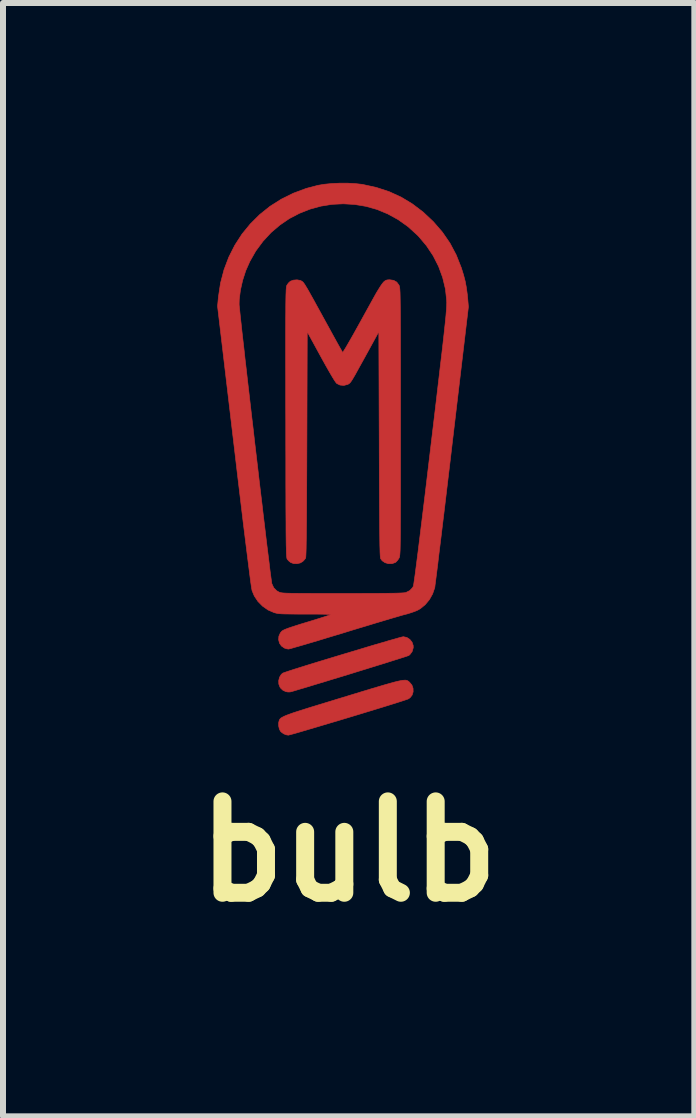
<source format=kicad_pcb>
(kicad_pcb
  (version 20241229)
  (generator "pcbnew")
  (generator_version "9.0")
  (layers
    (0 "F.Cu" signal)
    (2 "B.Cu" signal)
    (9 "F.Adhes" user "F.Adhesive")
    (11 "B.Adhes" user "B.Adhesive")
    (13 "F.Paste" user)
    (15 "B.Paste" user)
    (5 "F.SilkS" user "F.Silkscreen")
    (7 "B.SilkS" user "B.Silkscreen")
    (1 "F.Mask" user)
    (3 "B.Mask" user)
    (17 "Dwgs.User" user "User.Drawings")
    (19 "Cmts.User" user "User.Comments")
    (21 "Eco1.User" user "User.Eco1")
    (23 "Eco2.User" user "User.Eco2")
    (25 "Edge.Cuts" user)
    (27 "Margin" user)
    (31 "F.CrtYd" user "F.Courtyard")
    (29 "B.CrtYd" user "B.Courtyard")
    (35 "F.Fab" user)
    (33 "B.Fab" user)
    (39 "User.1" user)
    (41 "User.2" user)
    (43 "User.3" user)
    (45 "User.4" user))
  (footprint "bulb"
    (layer "F.Cu")
    (at 2.765 11.15)
    (property "Reference" "bulb" (at 0 0 0) (layer "F.SilkS") (effects (font (size 1.524 1.524) (thickness 0.3))))
    (attr through_hole)
    (fp_poly (pts (xy 0.971 -3.568) (xy 1.02 -3.536) (xy 1.057 -3.49) (xy 1.076 -3.435) (xy 1.077 -3.396) (xy 1.058 -3.332) (xy 1.021 -3.283) (xy 1.002 -3.267) (xy 0.986 -3.262) (xy 0.949 -3.249) (xy 0.892 -3.231) (xy 0.817 -3.207) (xy 0.727 -3.179) (xy 0.624 -3.146) (xy 0.51 -3.111) (xy 0.387 -3.073) (xy 0.258 -3.033) (xy 0.125 -2.992) (xy -0.01 -2.95) (xy -0.145 -2.909) (xy -0.277 -2.869) (xy -0.404 -2.83) (xy -0.524 -2.794) (xy -0.635 -2.76) (xy -0.734 -2.73) (xy -0.82 -2.705) (xy -0.889 -2.684) (xy -0.94 -2.669) (xy -0.971 -2.661) (xy -0.976 -2.66) (xy -1.012 -2.659) (xy -1.046 -2.665) (xy -1.094 -2.686) (xy -1.131 -2.72) (xy -1.146 -2.741) (xy -1.165 -2.791) (xy -1.167 -2.848) (xy -1.153 -2.905) (xy -1.124 -2.952) (xy -1.1 -2.973) (xy -1.082 -2.98) (xy -1.042 -2.994) (xy -0.982 -3.014) (xy -0.905 -3.039) (xy -0.812 -3.068) (xy -0.707 -3.101) (xy -0.59 -3.137) (xy -0.466 -3.175) (xy -0.334 -3.215) (xy -0.199 -3.256) (xy -0.063 -3.297) (xy 0.074 -3.338) (xy 0.207 -3.378) (xy 0.336 -3.417) (xy 0.457 -3.453) (xy 0.569 -3.485) (xy 0.669 -3.515) (xy 0.755 -3.539) (xy 0.824 -3.559) (xy 0.875 -3.573) (xy 0.906 -3.58) (xy 0.913 -3.581) (xy 0.971 -3.568)) (stroke (width 0.01) (type solid)) (fill yes) (layer "F.Cu"))
    (fp_poly (pts (xy 0.953 -2.856) (xy 0.971 -2.852) (xy 0.985 -2.845) (xy 0.998 -2.837) (xy 1.01 -2.826) (xy 1.016 -2.821) (xy 1.055 -2.774) (xy 1.074 -2.719) (xy 1.075 -2.661) (xy 1.058 -2.607) (xy 1.023 -2.563) (xy 0.993 -2.543) (xy 0.974 -2.536) (xy 0.932 -2.522) (xy 0.871 -2.502) (xy 0.793 -2.477) (xy 0.7 -2.448) (xy 0.594 -2.415) (xy 0.477 -2.379) (xy 0.352 -2.341) (xy 0.221 -2.301) (xy 0.086 -2.26) (xy -0.05 -2.219) (xy -0.186 -2.178) (xy -0.318 -2.139) (xy -0.446 -2.101) (xy -0.566 -2.065) (xy -0.676 -2.033) (xy -0.774 -2.004) (xy -0.858 -1.979) (xy -0.926 -1.96) (xy -0.975 -1.947) (xy -1.003 -1.94) (xy -1.008 -1.939) (xy -1.046 -1.946) (xy -1.084 -1.962) (xy -1.084 -1.962) (xy -1.115 -1.984) (xy -1.136 -2.003) (xy -1.137 -2.004) (xy -1.156 -2.041) (xy -1.167 -2.091) (xy -1.168 -2.141) (xy -1.166 -2.153) (xy -1.162 -2.17) (xy -1.158 -2.185) (xy -1.152 -2.199) (xy -1.142 -2.212) (xy -1.127 -2.226) (xy -1.105 -2.239) (xy -1.076 -2.254) (xy -1.036 -2.271) (xy -0.985 -2.29) (xy -0.921 -2.313) (xy -0.843 -2.338) (xy -0.749 -2.368) (xy -0.638 -2.403) (xy -0.507 -2.443) (xy -0.356 -2.489) (xy -0.183 -2.542) (xy -0.097 -2.568) (xy 0.086 -2.624) (xy 0.246 -2.673) (xy 0.385 -2.715) (xy 0.504 -2.75) (xy 0.605 -2.78) (xy 0.691 -2.804) (xy 0.762 -2.824) (xy 0.819 -2.838) (xy 0.866 -2.848) (xy 0.903 -2.854) (xy 0.931 -2.856) (xy 0.953 -2.856)) (stroke (width 0.01) (type solid)) (fill yes) (layer "F.Cu"))
    (fp_poly (pts (xy 0.751 -9.524) (xy 0.802 -9.495) (xy 0.838 -9.446) (xy 0.841 -9.441) (xy 0.844 -9.434) (xy 0.846 -9.425) (xy 0.849 -9.414) (xy 0.851 -9.399) (xy 0.853 -9.38) (xy 0.855 -9.354) (xy 0.857 -9.322) (xy 0.858 -9.282) (xy 0.859 -9.232) (xy 0.86 -9.172) (xy 0.861 -9.1) (xy 0.862 -9.016) (xy 0.863 -8.918) (xy 0.863 -8.804) (xy 0.864 -8.675) (xy 0.864 -8.529) (xy 0.864 -8.364) (xy 0.865 -8.179) (xy 0.865 -7.974) (xy 0.865 -7.748) (xy 0.865 -7.498) (xy 0.865 -7.224) (xy 0.865 -7.166) (xy 0.865 -6.887) (xy 0.865 -6.633) (xy 0.865 -6.402) (xy 0.865 -6.193) (xy 0.865 -6.005) (xy 0.865 -5.836) (xy 0.864 -5.686) (xy 0.864 -5.554) (xy 0.863 -5.438) (xy 0.863 -5.337) (xy 0.862 -5.25) (xy 0.861 -5.176) (xy 0.86 -5.113) (xy 0.859 -5.062) (xy 0.858 -5.02) (xy 0.856 -4.986) (xy 0.854 -4.96) (xy 0.852 -4.939) (xy 0.85 -4.924) (xy 0.848 -4.912) (xy 0.845 -4.903) (xy 0.842 -4.896) (xy 0.84 -4.892) (xy 0.816 -4.855) (xy 0.786 -4.824) (xy 0.778 -4.819) (xy 0.723 -4.799) (xy 0.663 -4.799) (xy 0.606 -4.816) (xy 0.559 -4.848) (xy 0.534 -4.882) (xy 0.531 -4.89) (xy 0.529 -4.904) (xy 0.527 -4.926) (xy 0.525 -4.956) (xy 0.523 -4.996) (xy 0.522 -5.048) (xy 0.52 -5.111) (xy 0.519 -5.187) (xy 0.518 -5.278) (xy 0.517 -5.385) (xy 0.516 -5.508) (xy 0.515 -5.65) (xy 0.514 -5.81) (xy 0.513 -5.99) (xy 0.512 -6.192) (xy 0.511 -6.417) (xy 0.51 -6.665) (xy 0.51 -6.793) (xy 0.503 -8.668) (xy 0.307 -8.31) (xy 0.242 -8.192) (xy 0.188 -8.095) (xy 0.144 -8.015) (xy 0.109 -7.951) (xy 0.08 -7.902) (xy 0.058 -7.865) (xy 0.04 -7.838) (xy 0.026 -7.82) (xy 0.014 -7.807) (xy 0.002 -7.799) (xy -0.009 -7.792) (xy -0.019 -7.788) (xy -0.08 -7.772) (xy -0.144 -7.778) (xy -0.198 -7.804) (xy -0.215 -7.824) (xy -0.244 -7.867) (xy -0.284 -7.933) (xy -0.335 -8.021) (xy -0.398 -8.132) (xy -0.462 -8.248) (xy -0.691 -8.667) (xy -0.697 -6.792) (xy -0.698 -6.518) (xy -0.699 -6.269) (xy -0.7 -6.043) (xy -0.701 -5.84) (xy -0.702 -5.66) (xy -0.703 -5.501) (xy -0.705 -5.362) (xy -0.706 -5.243) (xy -0.708 -5.143) (xy -0.709 -5.06) (xy -0.711 -4.995) (xy -0.713 -4.947) (xy -0.715 -4.914) (xy -0.717 -4.896) (xy -0.718 -4.892) (xy -0.738 -4.865) (xy -0.765 -4.836) (xy -0.765 -4.836) (xy -0.808 -4.811) (xy -0.862 -4.799) (xy -0.918 -4.801) (xy -0.965 -4.818) (xy -0.967 -4.819) (xy -1 -4.846) (xy -1.025 -4.874) (xy -1.027 -4.879) (xy -1.03 -4.887) (xy -1.032 -4.899) (xy -1.034 -4.916) (xy -1.036 -4.939) (xy -1.038 -4.969) (xy -1.039 -5.008) (xy -1.04 -5.056) (xy -1.042 -5.115) (xy -1.043 -5.186) (xy -1.044 -5.269) (xy -1.045 -5.367) (xy -1.045 -5.479) (xy -1.046 -5.608) (xy -1.047 -5.754) (xy -1.047 -5.918) (xy -1.048 -6.102) (xy -1.048 -6.306) (xy -1.048 -6.532) (xy -1.049 -6.781) (xy -1.049 -7.053) (xy -1.049 -7.15) (xy -1.05 -7.431) (xy -1.05 -7.688) (xy -1.05 -7.922) (xy -1.051 -8.134) (xy -1.051 -8.324) (xy -1.051 -8.495) (xy -1.051 -8.647) (xy -1.05 -8.782) (xy -1.05 -8.9) (xy -1.049 -9.003) (xy -1.049 -9.092) (xy -1.048 -9.167) (xy -1.047 -9.23) (xy -1.046 -9.283) (xy -1.044 -9.326) (xy -1.043 -9.36) (xy -1.041 -9.386) (xy -1.039 -9.406) (xy -1.037 -9.421) (xy -1.035 -9.432) (xy -1.032 -9.439) (xy -1.031 -9.441) (xy -1.006 -9.478) (xy -0.974 -9.508) (xy -0.971 -9.51) (xy -0.921 -9.528) (xy -0.862 -9.533) (xy -0.807 -9.523) (xy -0.786 -9.513) (xy -0.777 -9.507) (xy -0.767 -9.5) (xy -0.757 -9.49) (xy -0.746 -9.475) (xy -0.731 -9.454) (xy -0.713 -9.424) (xy -0.689 -9.385) (xy -0.66 -9.334) (xy -0.624 -9.269) (xy -0.579 -9.189) (xy -0.526 -9.092) (xy -0.462 -8.976) (xy -0.392 -8.848) (xy -0.334 -8.743) (xy -0.28 -8.644) (xy -0.231 -8.555) (xy -0.188 -8.477) (xy -0.152 -8.413) (xy -0.124 -8.364) (xy -0.107 -8.333) (xy -0.101 -8.323) (xy -0.093 -8.332) (xy -0.074 -8.361) (xy -0.045 -8.408) (xy -0.008 -8.472) (xy 0.037 -8.55) (xy 0.088 -8.64) (xy 0.144 -8.741) (xy 0.204 -8.849) (xy 0.232 -8.9) (xy 0.306 -9.034) (xy 0.369 -9.148) (xy 0.422 -9.244) (xy 0.466 -9.322) (xy 0.504 -9.384) (xy 0.535 -9.433) (xy 0.561 -9.47) (xy 0.583 -9.497) (xy 0.603 -9.514) (xy 0.622 -9.525) (xy 0.641 -9.531) (xy 0.66 -9.533) (xy 0.682 -9.534) (xy 0.685 -9.534) (xy 0.751 -9.524)) (stroke (width 0.01) (type solid)) (fill yes) (layer "F.Cu"))
    (fp_poly (pts (xy -0.017 -11.145) (xy 0.11 -11.138) (xy 0.221 -11.126) (xy 0.237 -11.123) (xy 0.464 -11.073) (xy 0.677 -11.003) (xy 0.876 -10.912) (xy 1.063 -10.799) (xy 1.241 -10.664) (xy 1.411 -10.504) (xy 1.414 -10.501) (xy 1.562 -10.33) (xy 1.689 -10.146) (xy 1.794 -9.948) (xy 1.878 -9.736) (xy 1.881 -9.727) (xy 1.917 -9.611) (xy 1.944 -9.507) (xy 1.963 -9.404) (xy 1.978 -9.293) (xy 1.984 -9.235) (xy 1.997 -9.083) (xy 1.723 -6.771) (xy 1.695 -6.531) (xy 1.667 -6.297) (xy 1.64 -6.07) (xy 1.614 -5.852) (xy 1.589 -5.644) (xy 1.565 -5.448) (xy 1.543 -5.264) (xy 1.522 -5.094) (xy 1.503 -4.94) (xy 1.487 -4.802) (xy 1.472 -4.682) (xy 1.459 -4.581) (xy 1.449 -4.501) (xy 1.441 -4.442) (xy 1.437 -4.407) (xy 1.435 -4.397) (xy 1.4 -4.295) (xy 1.346 -4.199) (xy 1.276 -4.115) (xy 1.194 -4.048) (xy 1.144 -4.02) (xy 1.1 -4.002) (xy 1.042 -3.982) (xy 0.978 -3.962) (xy 0.948 -3.954) (xy 0.915 -3.946) (xy 0.86 -3.93) (xy 0.785 -3.908) (xy 0.692 -3.881) (xy 0.585 -3.849) (xy 0.464 -3.813) (xy 0.333 -3.773) (xy 0.193 -3.731) (xy 0.048 -3.687) (xy -0.078 -3.648) (xy -0.224 -3.604) (xy -0.363 -3.562) (xy -0.494 -3.522) (xy -0.615 -3.486) (xy -0.723 -3.454) (xy -0.816 -3.427) (xy -0.893 -3.405) (xy -0.951 -3.388) (xy -0.989 -3.378) (xy -1.005 -3.375) (xy -1.037 -3.38) (xy -1.072 -3.392) (xy -1.121 -3.426) (xy -1.154 -3.474) (xy -1.168 -3.53) (xy -1.164 -3.589) (xy -1.14 -3.643) (xy -1.119 -3.669) (xy -1.106 -3.68) (xy -1.085 -3.692) (xy -1.056 -3.705) (xy -1.015 -3.721) (xy -0.96 -3.74) (xy -0.889 -3.763) (xy -0.798 -3.792) (xy -0.692 -3.824) (xy -0.597 -3.853) (xy -0.51 -3.88) (xy -0.433 -3.904) (xy -0.371 -3.924) (xy -0.325 -3.939) (xy -0.299 -3.949) (xy -0.294 -3.951) (xy -0.304 -3.953) (xy -0.337 -3.954) (xy -0.39 -3.956) (xy -0.46 -3.957) (xy -0.543 -3.958) (xy -0.638 -3.958) (xy -0.725 -3.958) (xy -0.844 -3.958) (xy -0.941 -3.959) (xy -1.018 -3.96) (xy -1.078 -3.961) (xy -1.126 -3.963) (xy -1.163 -3.966) (xy -1.192 -3.97) (xy -1.217 -3.976) (xy -1.241 -3.982) (xy -1.246 -3.984) (xy -1.345 -4.027) (xy -1.435 -4.09) (xy -1.513 -4.169) (xy -1.574 -4.261) (xy -1.611 -4.35) (xy -1.616 -4.376) (xy -1.624 -4.426) (xy -1.635 -4.501) (xy -1.648 -4.602) (xy -1.664 -4.728) (xy -1.683 -4.878) (xy -1.705 -5.054) (xy -1.73 -5.255) (xy -1.758 -5.48) (xy -1.788 -5.731) (xy -1.821 -6.006) (xy -1.857 -6.306) (xy -1.895 -6.63) (xy -1.911 -6.765) (xy -2.187 -9.096) (xy -2.183 -9.131) (xy -1.827 -9.131) (xy -1.826 -9.108) (xy -1.821 -9.062) (xy -1.814 -8.994) (xy -1.805 -8.906) (xy -1.793 -8.799) (xy -1.78 -8.675) (xy -1.764 -8.535) (xy -1.746 -8.38) (xy -1.728 -8.213) (xy -1.707 -8.035) (xy -1.686 -7.848) (xy -1.663 -7.652) (xy -1.64 -7.45) (xy -1.616 -7.244) (xy -1.591 -7.034) (xy -1.567 -6.822) (xy -1.542 -6.61) (xy -1.517 -6.399) (xy -1.493 -6.192) (xy -1.469 -5.989) (xy -1.445 -5.792) (xy -1.423 -5.602) (xy -1.401 -5.422) (xy -1.381 -5.253) (xy -1.362 -5.095) (xy -1.344 -4.952) (xy -1.328 -4.824) (xy -1.315 -4.713) (xy -1.303 -4.62) (xy -1.293 -4.547) (xy -1.286 -4.497) (xy -1.282 -4.469) (xy -1.281 -4.465) (xy -1.25 -4.398) (xy -1.2 -4.347) (xy -1.161 -4.325) (xy -1.151 -4.321) (xy -1.139 -4.317) (xy -1.122 -4.314) (xy -1.101 -4.311) (xy -1.072 -4.309) (xy -1.035 -4.307) (xy -0.987 -4.306) (xy -0.927 -4.304) (xy -0.852 -4.304) (xy -0.762 -4.303) (xy -0.655 -4.303) (xy -0.528 -4.302) (xy -0.38 -4.302) (xy -0.21 -4.302) (xy -0.1 -4.302) (xy 0.091 -4.302) (xy 0.258 -4.303) (xy 0.402 -4.303) (xy 0.526 -4.304) (xy 0.631 -4.305) (xy 0.718 -4.306) (xy 0.789 -4.307) (xy 0.845 -4.309) (xy 0.889 -4.311) (xy 0.921 -4.313) (xy 0.943 -4.316) (xy 0.957 -4.319) (xy 0.958 -4.32) (xy 1.02 -4.351) (xy 1.064 -4.398) (xy 1.078 -4.421) (xy 1.082 -4.438) (xy 1.088 -4.477) (xy 1.097 -4.539) (xy 1.109 -4.624) (xy 1.123 -4.733) (xy 1.14 -4.864) (xy 1.16 -5.02) (xy 1.182 -5.199) (xy 1.207 -5.402) (xy 1.235 -5.63) (xy 1.266 -5.882) (xy 1.299 -6.158) (xy 1.335 -6.46) (xy 1.369 -6.745) (xy 1.403 -7.029) (xy 1.434 -7.288) (xy 1.462 -7.524) (xy 1.487 -7.739) (xy 1.51 -7.933) (xy 1.53 -8.108) (xy 1.549 -8.264) (xy 1.565 -8.403) (xy 1.579 -8.526) (xy 1.591 -8.634) (xy 1.601 -8.729) (xy 1.61 -8.811) (xy 1.617 -8.882) (xy 1.623 -8.942) (xy 1.627 -8.993) (xy 1.631 -9.037) (xy 1.633 -9.073) (xy 1.635 -9.104) (xy 1.635 -9.13) (xy 1.636 -9.153) (xy 1.635 -9.174) (xy 1.635 -9.184) (xy 1.614 -9.379) (xy 1.568 -9.57) (xy 1.5 -9.756) (xy 1.409 -9.935) (xy 1.297 -10.103) (xy 1.166 -10.258) (xy 1.143 -10.281) (xy 0.989 -10.421) (xy 0.824 -10.538) (xy 0.651 -10.633) (xy 0.472 -10.707) (xy 0.287 -10.759) (xy 0.1 -10.79) (xy -0.089 -10.801) (xy -0.277 -10.792) (xy -0.463 -10.762) (xy -0.645 -10.712) (xy -0.82 -10.643) (xy -0.989 -10.555) (xy -1.147 -10.447) (xy -1.295 -10.321) (xy -1.429 -10.176) (xy -1.549 -10.014) (xy -1.648 -9.84) (xy -1.716 -9.687) (xy -1.768 -9.526) (xy -1.805 -9.363) (xy -1.825 -9.205) (xy -1.827 -9.131) (xy -2.183 -9.131) (xy -2.172 -9.248) (xy -2.137 -9.48) (xy -2.079 -9.701) (xy -1.999 -9.912) (xy -1.899 -10.11) (xy -1.779 -10.296) (xy -1.64 -10.466) (xy -1.484 -10.621) (xy -1.312 -10.759) (xy -1.124 -10.878) (xy -0.922 -10.978) (xy -0.707 -11.058) (xy -0.513 -11.109) (xy -0.406 -11.127) (xy -0.283 -11.139) (xy -0.151 -11.145) (xy -0.017 -11.145)) (stroke (width 0.01) (type solid)) (fill yes) (layer "F.Cu"))
    (fp_poly (pts (xy 0.971 -3.568) (xy 1.02 -3.536) (xy 1.057 -3.49) (xy 1.076 -3.435) (xy 1.077 -3.396) (xy 1.058 -3.332) (xy 1.021 -3.283) (xy 1.002 -3.267) (xy 0.986 -3.262) (xy 0.949 -3.249) (xy 0.892 -3.231) (xy 0.817 -3.207) (xy 0.727 -3.179) (xy 0.624 -3.146) (xy 0.51 -3.111) (xy 0.387 -3.073) (xy 0.258 -3.033) (xy 0.125 -2.992) (xy -0.01 -2.95) (xy -0.145 -2.909) (xy -0.277 -2.869) (xy -0.404 -2.83) (xy -0.524 -2.794) (xy -0.635 -2.76) (xy -0.734 -2.73) (xy -0.82 -2.705) (xy -0.889 -2.684) (xy -0.94 -2.669) (xy -0.971 -2.661) (xy -0.976 -2.66) (xy -1.012 -2.659) (xy -1.046 -2.665) (xy -1.094 -2.686) (xy -1.131 -2.72) (xy -1.146 -2.741) (xy -1.165 -2.791) (xy -1.167 -2.848) (xy -1.153 -2.905) (xy -1.124 -2.952) (xy -1.1 -2.973) (xy -1.082 -2.98) (xy -1.042 -2.994) (xy -0.982 -3.014) (xy -0.905 -3.039) (xy -0.812 -3.068) (xy -0.707 -3.101) (xy -0.59 -3.137) (xy -0.466 -3.175) (xy -0.334 -3.215) (xy -0.199 -3.256) (xy -0.063 -3.297) (xy 0.074 -3.338) (xy 0.207 -3.378) (xy 0.336 -3.417) (xy 0.457 -3.453) (xy 0.569 -3.485) (xy 0.669 -3.515) (xy 0.755 -3.539) (xy 0.824 -3.559) (xy 0.875 -3.573) (xy 0.906 -3.58) (xy 0.913 -3.581) (xy 0.971 -3.568)) (stroke (width 0.01) (type solid)) (fill yes) (layer "F.Mask"))
    (fp_poly (pts (xy 0.953 -2.856) (xy 0.971 -2.852) (xy 0.985 -2.845) (xy 0.998 -2.837) (xy 1.01 -2.826) (xy 1.016 -2.821) (xy 1.055 -2.774) (xy 1.074 -2.719) (xy 1.075 -2.661) (xy 1.058 -2.607) (xy 1.023 -2.563) (xy 0.993 -2.543) (xy 0.974 -2.536) (xy 0.932 -2.522) (xy 0.871 -2.502) (xy 0.793 -2.477) (xy 0.7 -2.448) (xy 0.594 -2.415) (xy 0.477 -2.379) (xy 0.352 -2.341) (xy 0.221 -2.301) (xy 0.086 -2.26) (xy -0.05 -2.219) (xy -0.186 -2.178) (xy -0.318 -2.139) (xy -0.446 -2.101) (xy -0.566 -2.065) (xy -0.676 -2.033) (xy -0.774 -2.004) (xy -0.858 -1.979) (xy -0.926 -1.96) (xy -0.975 -1.947) (xy -1.003 -1.94) (xy -1.008 -1.939) (xy -1.046 -1.946) (xy -1.084 -1.962) (xy -1.084 -1.962) (xy -1.115 -1.984) (xy -1.136 -2.003) (xy -1.137 -2.004) (xy -1.156 -2.041) (xy -1.167 -2.091) (xy -1.168 -2.141) (xy -1.166 -2.153) (xy -1.162 -2.17) (xy -1.158 -2.185) (xy -1.152 -2.199) (xy -1.142 -2.212) (xy -1.127 -2.226) (xy -1.105 -2.239) (xy -1.076 -2.254) (xy -1.036 -2.271) (xy -0.985 -2.29) (xy -0.921 -2.313) (xy -0.843 -2.338) (xy -0.749 -2.368) (xy -0.638 -2.403) (xy -0.507 -2.443) (xy -0.356 -2.489) (xy -0.183 -2.542) (xy -0.097 -2.568) (xy 0.086 -2.624) (xy 0.246 -2.673) (xy 0.385 -2.715) (xy 0.504 -2.75) (xy 0.605 -2.78) (xy 0.691 -2.804) (xy 0.762 -2.824) (xy 0.819 -2.838) (xy 0.866 -2.848) (xy 0.903 -2.854) (xy 0.931 -2.856) (xy 0.953 -2.856)) (stroke (width 0.01) (type solid)) (fill yes) (layer "F.Mask"))
    (fp_poly (pts (xy 0.751 -9.524) (xy 0.802 -9.495) (xy 0.838 -9.446) (xy 0.841 -9.441) (xy 0.844 -9.434) (xy 0.846 -9.425) (xy 0.849 -9.414) (xy 0.851 -9.399) (xy 0.853 -9.38) (xy 0.855 -9.354) (xy 0.857 -9.322) (xy 0.858 -9.282) (xy 0.859 -9.232) (xy 0.86 -9.172) (xy 0.861 -9.1) (xy 0.862 -9.016) (xy 0.863 -8.918) (xy 0.863 -8.804) (xy 0.864 -8.675) (xy 0.864 -8.529) (xy 0.864 -8.364) (xy 0.865 -8.179) (xy 0.865 -7.974) (xy 0.865 -7.748) (xy 0.865 -7.498) (xy 0.865 -7.224) (xy 0.865 -7.166) (xy 0.865 -6.887) (xy 0.865 -6.633) (xy 0.865 -6.402) (xy 0.865 -6.193) (xy 0.865 -6.005) (xy 0.865 -5.836) (xy 0.864 -5.686) (xy 0.864 -5.554) (xy 0.863 -5.438) (xy 0.863 -5.337) (xy 0.862 -5.25) (xy 0.861 -5.176) (xy 0.86 -5.113) (xy 0.859 -5.062) (xy 0.858 -5.02) (xy 0.856 -4.986) (xy 0.854 -4.96) (xy 0.852 -4.939) (xy 0.85 -4.924) (xy 0.848 -4.912) (xy 0.845 -4.903) (xy 0.842 -4.896) (xy 0.84 -4.892) (xy 0.816 -4.855) (xy 0.786 -4.824) (xy 0.778 -4.819) (xy 0.723 -4.799) (xy 0.663 -4.799) (xy 0.606 -4.816) (xy 0.559 -4.848) (xy 0.534 -4.882) (xy 0.531 -4.89) (xy 0.529 -4.904) (xy 0.527 -4.926) (xy 0.525 -4.956) (xy 0.523 -4.996) (xy 0.522 -5.048) (xy 0.52 -5.111) (xy 0.519 -5.187) (xy 0.518 -5.278) (xy 0.517 -5.385) (xy 0.516 -5.508) (xy 0.515 -5.65) (xy 0.514 -5.81) (xy 0.513 -5.99) (xy 0.512 -6.192) (xy 0.511 -6.417) (xy 0.51 -6.665) (xy 0.51 -6.793) (xy 0.503 -8.668) (xy 0.307 -8.31) (xy 0.242 -8.192) (xy 0.188 -8.095) (xy 0.144 -8.015) (xy 0.109 -7.951) (xy 0.08 -7.902) (xy 0.058 -7.865) (xy 0.04 -7.838) (xy 0.026 -7.82) (xy 0.014 -7.807) (xy 0.002 -7.799) (xy -0.009 -7.792) (xy -0.019 -7.788) (xy -0.08 -7.772) (xy -0.144 -7.778) (xy -0.198 -7.804) (xy -0.215 -7.824) (xy -0.244 -7.867) (xy -0.284 -7.933) (xy -0.335 -8.021) (xy -0.398 -8.132) (xy -0.462 -8.248) (xy -0.691 -8.667) (xy -0.697 -6.792) (xy -0.698 -6.518) (xy -0.699 -6.269) (xy -0.7 -6.043) (xy -0.701 -5.84) (xy -0.702 -5.66) (xy -0.703 -5.501) (xy -0.705 -5.362) (xy -0.706 -5.243) (xy -0.708 -5.143) (xy -0.709 -5.06) (xy -0.711 -4.995) (xy -0.713 -4.947) (xy -0.715 -4.914) (xy -0.717 -4.896) (xy -0.718 -4.892) (xy -0.738 -4.865) (xy -0.765 -4.836) (xy -0.765 -4.836) (xy -0.808 -4.811) (xy -0.862 -4.799) (xy -0.918 -4.801) (xy -0.965 -4.818) (xy -0.967 -4.819) (xy -1 -4.846) (xy -1.025 -4.874) (xy -1.027 -4.879) (xy -1.03 -4.887) (xy -1.032 -4.899) (xy -1.034 -4.916) (xy -1.036 -4.939) (xy -1.038 -4.969) (xy -1.039 -5.008) (xy -1.04 -5.056) (xy -1.042 -5.115) (xy -1.043 -5.186) (xy -1.044 -5.269) (xy -1.045 -5.367) (xy -1.045 -5.479) (xy -1.046 -5.608) (xy -1.047 -5.754) (xy -1.047 -5.918) (xy -1.048 -6.102) (xy -1.048 -6.306) (xy -1.048 -6.532) (xy -1.049 -6.781) (xy -1.049 -7.053) (xy -1.049 -7.15) (xy -1.05 -7.431) (xy -1.05 -7.688) (xy -1.05 -7.922) (xy -1.051 -8.134) (xy -1.051 -8.324) (xy -1.051 -8.495) (xy -1.051 -8.647) (xy -1.05 -8.782) (xy -1.05 -8.9) (xy -1.049 -9.003) (xy -1.049 -9.092) (xy -1.048 -9.167) (xy -1.047 -9.23) (xy -1.046 -9.283) (xy -1.044 -9.326) (xy -1.043 -9.36) (xy -1.041 -9.386) (xy -1.039 -9.406) (xy -1.037 -9.421) (xy -1.035 -9.432) (xy -1.032 -9.439) (xy -1.031 -9.441) (xy -1.006 -9.478) (xy -0.974 -9.508) (xy -0.971 -9.51) (xy -0.921 -9.528) (xy -0.862 -9.533) (xy -0.807 -9.523) (xy -0.786 -9.513) (xy -0.777 -9.507) (xy -0.767 -9.5) (xy -0.757 -9.49) (xy -0.746 -9.475) (xy -0.731 -9.454) (xy -0.713 -9.424) (xy -0.689 -9.385) (xy -0.66 -9.334) (xy -0.624 -9.269) (xy -0.579 -9.189) (xy -0.526 -9.092) (xy -0.462 -8.976) (xy -0.392 -8.848) (xy -0.334 -8.743) (xy -0.28 -8.644) (xy -0.231 -8.555) (xy -0.188 -8.477) (xy -0.152 -8.413) (xy -0.124 -8.364) (xy -0.107 -8.333) (xy -0.101 -8.323) (xy -0.093 -8.332) (xy -0.074 -8.361) (xy -0.045 -8.408) (xy -0.008 -8.472) (xy 0.037 -8.55) (xy 0.088 -8.64) (xy 0.144 -8.741) (xy 0.204 -8.849) (xy 0.232 -8.9) (xy 0.306 -9.034) (xy 0.369 -9.148) (xy 0.422 -9.244) (xy 0.466 -9.322) (xy 0.504 -9.384) (xy 0.535 -9.433) (xy 0.561 -9.47) (xy 0.583 -9.497) (xy 0.603 -9.514) (xy 0.622 -9.525) (xy 0.641 -9.531) (xy 0.66 -9.533) (xy 0.682 -9.534) (xy 0.685 -9.534) (xy 0.751 -9.524)) (stroke (width 0.01) (type solid)) (fill yes) (layer "F.Mask"))
    (fp_poly (pts (xy -0.017 -11.145) (xy 0.11 -11.138) (xy 0.221 -11.126) (xy 0.237 -11.123) (xy 0.464 -11.073) (xy 0.677 -11.003) (xy 0.876 -10.912) (xy 1.063 -10.799) (xy 1.241 -10.664) (xy 1.411 -10.504) (xy 1.414 -10.501) (xy 1.562 -10.33) (xy 1.689 -10.146) (xy 1.794 -9.948) (xy 1.878 -9.736) (xy 1.881 -9.727) (xy 1.917 -9.611) (xy 1.944 -9.507) (xy 1.963 -9.404) (xy 1.978 -9.293) (xy 1.984 -9.235) (xy 1.997 -9.083) (xy 1.723 -6.771) (xy 1.695 -6.531) (xy 1.667 -6.297) (xy 1.64 -6.07) (xy 1.614 -5.852) (xy 1.589 -5.644) (xy 1.565 -5.448) (xy 1.543 -5.264) (xy 1.522 -5.094) (xy 1.503 -4.94) (xy 1.487 -4.802) (xy 1.472 -4.682) (xy 1.459 -4.581) (xy 1.449 -4.501) (xy 1.441 -4.442) (xy 1.437 -4.407) (xy 1.435 -4.397) (xy 1.4 -4.295) (xy 1.346 -4.199) (xy 1.276 -4.115) (xy 1.194 -4.048) (xy 1.144 -4.02) (xy 1.1 -4.002) (xy 1.042 -3.982) (xy 0.978 -3.962) (xy 0.948 -3.954) (xy 0.915 -3.946) (xy 0.86 -3.93) (xy 0.785 -3.908) (xy 0.692 -3.881) (xy 0.585 -3.849) (xy 0.464 -3.813) (xy 0.333 -3.773) (xy 0.193 -3.731) (xy 0.048 -3.687) (xy -0.078 -3.648) (xy -0.224 -3.604) (xy -0.363 -3.562) (xy -0.494 -3.522) (xy -0.615 -3.486) (xy -0.723 -3.454) (xy -0.816 -3.427) (xy -0.893 -3.405) (xy -0.951 -3.388) (xy -0.989 -3.378) (xy -1.005 -3.375) (xy -1.037 -3.38) (xy -1.072 -3.392) (xy -1.121 -3.426) (xy -1.154 -3.474) (xy -1.168 -3.53) (xy -1.164 -3.589) (xy -1.14 -3.643) (xy -1.119 -3.669) (xy -1.106 -3.68) (xy -1.085 -3.692) (xy -1.056 -3.705) (xy -1.015 -3.721) (xy -0.96 -3.74) (xy -0.889 -3.763) (xy -0.798 -3.792) (xy -0.692 -3.824) (xy -0.597 -3.853) (xy -0.51 -3.88) (xy -0.433 -3.904) (xy -0.371 -3.924) (xy -0.325 -3.939) (xy -0.299 -3.949) (xy -0.294 -3.951) (xy -0.304 -3.953) (xy -0.337 -3.954) (xy -0.39 -3.956) (xy -0.46 -3.957) (xy -0.543 -3.958) (xy -0.638 -3.958) (xy -0.725 -3.958) (xy -0.844 -3.958) (xy -0.941 -3.959) (xy -1.018 -3.96) (xy -1.078 -3.961) (xy -1.126 -3.963) (xy -1.163 -3.966) (xy -1.192 -3.97) (xy -1.217 -3.976) (xy -1.241 -3.982) (xy -1.246 -3.984) (xy -1.345 -4.027) (xy -1.435 -4.09) (xy -1.513 -4.169) (xy -1.574 -4.261) (xy -1.611 -4.35) (xy -1.616 -4.376) (xy -1.624 -4.426) (xy -1.635 -4.501) (xy -1.648 -4.602) (xy -1.664 -4.728) (xy -1.683 -4.878) (xy -1.705 -5.054) (xy -1.73 -5.255) (xy -1.758 -5.48) (xy -1.788 -5.731) (xy -1.821 -6.006) (xy -1.857 -6.306) (xy -1.895 -6.63) (xy -1.911 -6.765) (xy -2.187 -9.096) (xy -2.183 -9.131) (xy -1.827 -9.131) (xy -1.826 -9.108) (xy -1.821 -9.062) (xy -1.814 -8.994) (xy -1.805 -8.906) (xy -1.793 -8.799) (xy -1.78 -8.675) (xy -1.764 -8.535) (xy -1.746 -8.38) (xy -1.728 -8.213) (xy -1.707 -8.035) (xy -1.686 -7.848) (xy -1.663 -7.652) (xy -1.64 -7.45) (xy -1.616 -7.244) (xy -1.591 -7.034) (xy -1.567 -6.822) (xy -1.542 -6.61) (xy -1.517 -6.399) (xy -1.493 -6.192) (xy -1.469 -5.989) (xy -1.445 -5.792) (xy -1.423 -5.602) (xy -1.401 -5.422) (xy -1.381 -5.253) (xy -1.362 -5.095) (xy -1.344 -4.952) (xy -1.328 -4.824) (xy -1.315 -4.713) (xy -1.303 -4.62) (xy -1.293 -4.547) (xy -1.286 -4.497) (xy -1.282 -4.469) (xy -1.281 -4.465) (xy -1.25 -4.398) (xy -1.2 -4.347) (xy -1.161 -4.325) (xy -1.151 -4.321) (xy -1.139 -4.317) (xy -1.122 -4.314) (xy -1.101 -4.311) (xy -1.072 -4.309) (xy -1.035 -4.307) (xy -0.987 -4.306) (xy -0.927 -4.304) (xy -0.852 -4.304) (xy -0.762 -4.303) (xy -0.655 -4.303) (xy -0.528 -4.302) (xy -0.38 -4.302) (xy -0.21 -4.302) (xy -0.1 -4.302) (xy 0.091 -4.302) (xy 0.258 -4.303) (xy 0.402 -4.303) (xy 0.526 -4.304) (xy 0.631 -4.305) (xy 0.718 -4.306) (xy 0.789 -4.307) (xy 0.845 -4.309) (xy 0.889 -4.311) (xy 0.921 -4.313) (xy 0.943 -4.316) (xy 0.957 -4.319) (xy 0.958 -4.32) (xy 1.02 -4.351) (xy 1.064 -4.398) (xy 1.078 -4.421) (xy 1.082 -4.438) (xy 1.088 -4.477) (xy 1.097 -4.539) (xy 1.109 -4.624) (xy 1.123 -4.733) (xy 1.14 -4.864) (xy 1.16 -5.02) (xy 1.182 -5.199) (xy 1.207 -5.402) (xy 1.235 -5.63) (xy 1.266 -5.882) (xy 1.299 -6.158) (xy 1.335 -6.46) (xy 1.369 -6.745) (xy 1.403 -7.029) (xy 1.434 -7.288) (xy 1.462 -7.524) (xy 1.487 -7.739) (xy 1.51 -7.933) (xy 1.53 -8.108) (xy 1.549 -8.264) (xy 1.565 -8.403) (xy 1.579 -8.526) (xy 1.591 -8.634) (xy 1.601 -8.729) (xy 1.61 -8.811) (xy 1.617 -8.882) (xy 1.623 -8.942) (xy 1.627 -8.993) (xy 1.631 -9.037) (xy 1.633 -9.073) (xy 1.635 -9.104) (xy 1.635 -9.13) (xy 1.636 -9.153) (xy 1.635 -9.174) (xy 1.635 -9.184) (xy 1.614 -9.379) (xy 1.568 -9.57) (xy 1.5 -9.756) (xy 1.409 -9.935) (xy 1.297 -10.103) (xy 1.166 -10.258) (xy 1.143 -10.281) (xy 0.989 -10.421) (xy 0.824 -10.538) (xy 0.651 -10.633) (xy 0.472 -10.707) (xy 0.287 -10.759) (xy 0.1 -10.79) (xy -0.089 -10.801) (xy -0.277 -10.792) (xy -0.463 -10.762) (xy -0.645 -10.712) (xy -0.82 -10.643) (xy -0.989 -10.555) (xy -1.147 -10.447) (xy -1.295 -10.321) (xy -1.429 -10.176) (xy -1.549 -10.014) (xy -1.648 -9.84) (xy -1.716 -9.687) (xy -1.768 -9.526) (xy -1.805 -9.363) (xy -1.825 -9.205) (xy -1.827 -9.131) (xy -2.183 -9.131) (xy -2.172 -9.248) (xy -2.137 -9.48) (xy -2.079 -9.701) (xy -1.999 -9.912) (xy -1.899 -10.11) (xy -1.779 -10.296) (xy -1.64 -10.466) (xy -1.484 -10.621) (xy -1.312 -10.759) (xy -1.124 -10.878) (xy -0.922 -10.978) (xy -0.707 -11.058) (xy -0.513 -11.109) (xy -0.406 -11.127) (xy -0.283 -11.139) (xy -0.151 -11.145) (xy -0.017 -11.145)) (stroke (width 0.01) (type solid)) (fill yes) (layer "F.Mask")))
  (gr_rect
    (start -3 -3)
    (end 8.53 15.568)
    (stroke (width 0.1) (type default))
    (fill no)
    (layer "Edge.Cuts")))
</source>
